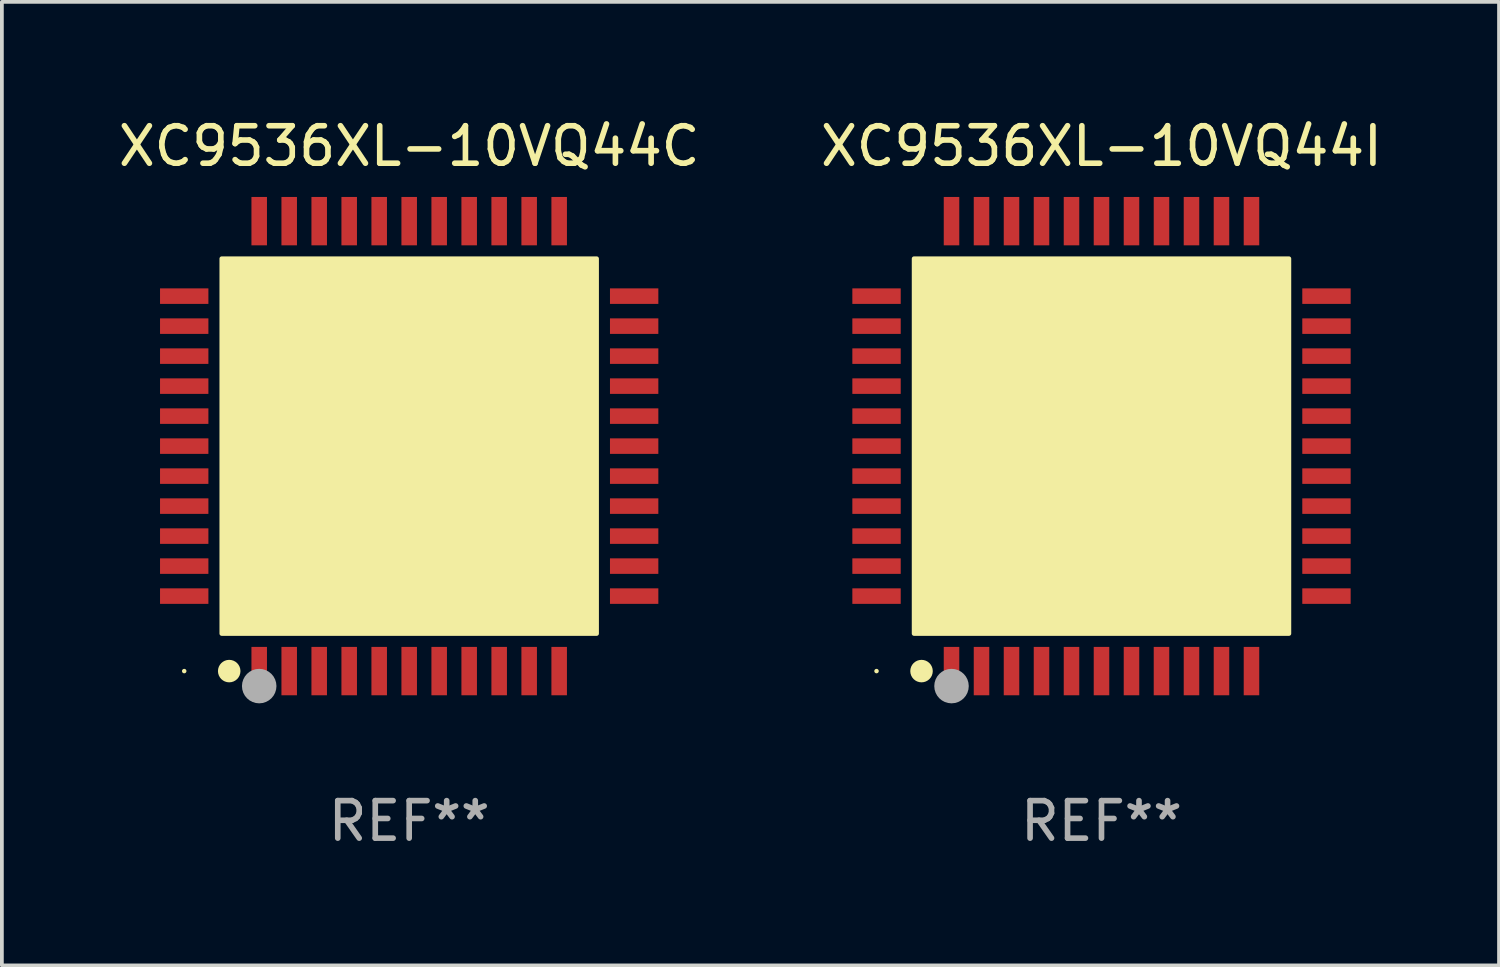
<source format=kicad_pcb>
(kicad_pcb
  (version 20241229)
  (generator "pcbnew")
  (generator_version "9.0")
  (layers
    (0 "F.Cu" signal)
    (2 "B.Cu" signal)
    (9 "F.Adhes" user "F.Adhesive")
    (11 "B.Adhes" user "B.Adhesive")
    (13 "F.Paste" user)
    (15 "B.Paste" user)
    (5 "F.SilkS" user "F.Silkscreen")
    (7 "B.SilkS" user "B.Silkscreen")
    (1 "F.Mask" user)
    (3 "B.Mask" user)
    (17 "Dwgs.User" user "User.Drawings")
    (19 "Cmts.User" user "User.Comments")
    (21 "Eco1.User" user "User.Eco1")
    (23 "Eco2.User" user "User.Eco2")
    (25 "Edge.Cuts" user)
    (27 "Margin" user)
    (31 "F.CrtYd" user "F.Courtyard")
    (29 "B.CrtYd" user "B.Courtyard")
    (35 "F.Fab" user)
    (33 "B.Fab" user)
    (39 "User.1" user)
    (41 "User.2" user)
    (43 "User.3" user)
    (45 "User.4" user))
  (footprint "XC9536XL-10VQ44I"
    (layer "F.Cu")
    (at 26.327 8.848)
    (property "Reference" "XC9536XL-10VQ44I" (at 0 -8 0) (layer "F.SilkS") (effects (font (size 1 1) (thickness 0.15))))
    (attr through_hole)
    (fp_circle (center -6 6) (end -5.97 6) (stroke (width 0.06) (type solid)) (fill no) (layer "F.SilkS"))
    (fp_circle (center -4.8 6) (end -4.65 6) (stroke (width 0.3) (type solid)) (fill no) (layer "F.SilkS"))
    (fp_poly (pts (xy -5 -5) (xy 5 -5) (xy 5 5) (xy -5 5)) (stroke (width 0.12) (type solid)) (fill yes) (layer "F.SilkS"))
    (fp_circle (center -4 6.4) (end -3.77 6.4) (stroke (width 0.46) (type solid)) (fill no) (layer "F.Fab"))
    (fp_text user "REF**" (at 0 10 0) (layer "F.Fab") (effects (font (size 1 1) (thickness 0.15))))
    (pad "1" smd rect (at -4 6 90) (size 1.29 0.414) (layers "F.Cu" "F.Mask" "F.Paste"))
    (pad "2" smd rect (at -3.2 6 90) (size 1.29 0.414) (layers "F.Cu" "F.Mask" "F.Paste"))
    (pad "3" smd rect (at -2.4 6 90) (size 1.29 0.414) (layers "F.Cu" "F.Mask" "F.Paste"))
    (pad "4" smd rect (at -1.6 6 90) (size 1.29 0.414) (layers "F.Cu" "F.Mask" "F.Paste"))
    (pad "5" smd rect (at -0.8 6 90) (size 1.29 0.414) (layers "F.Cu" "F.Mask" "F.Paste"))
    (pad "6" smd rect (at 0 6 90) (size 1.29 0.414) (layers "F.Cu" "F.Mask" "F.Paste"))
    (pad "7" smd rect (at 0.8 6 90) (size 1.29 0.414) (layers "F.Cu" "F.Mask" "F.Paste"))
    (pad "8" smd rect (at 1.6 6 90) (size 1.29 0.414) (layers "F.Cu" "F.Mask" "F.Paste"))
    (pad "9" smd rect (at 2.4 6 90) (size 1.29 0.414) (layers "F.Cu" "F.Mask" "F.Paste"))
    (pad "10" smd rect (at 3.2 6 90) (size 1.29 0.414) (layers "F.Cu" "F.Mask" "F.Paste"))
    (pad "11" smd rect (at 4 6 90) (size 1.29 0.414) (layers "F.Cu" "F.Mask" "F.Paste"))
    (pad "12" smd rect (at 6 4 90) (size 0.414 1.29) (layers "F.Cu" "F.Mask" "F.Paste"))
    (pad "13" smd rect (at 6 3.2 90) (size 0.414 1.29) (layers "F.Cu" "F.Mask" "F.Paste"))
    (pad "14" smd rect (at 6 2.4 90) (size 0.414 1.29) (layers "F.Cu" "F.Mask" "F.Paste"))
    (pad "15" smd rect (at 6 1.6 90) (size 0.414 1.29) (layers "F.Cu" "F.Mask" "F.Paste"))
    (pad "16" smd rect (at 6 0.8 90) (size 0.414 1.29) (layers "F.Cu" "F.Mask" "F.Paste"))
    (pad "17" smd rect (at 6 0 90) (size 0.414 1.29) (layers "F.Cu" "F.Mask" "F.Paste"))
    (pad "18" smd rect (at 6 -0.8 90) (size 0.414 1.29) (layers "F.Cu" "F.Mask" "F.Paste"))
    (pad "19" smd rect (at 6 -1.6 90) (size 0.414 1.29) (layers "F.Cu" "F.Mask" "F.Paste"))
    (pad "20" smd rect (at 6 -2.4 90) (size 0.414 1.29) (layers "F.Cu" "F.Mask" "F.Paste"))
    (pad "21" smd rect (at 6 -3.2 90) (size 0.414 1.29) (layers "F.Cu" "F.Mask" "F.Paste"))
    (pad "22" smd rect (at 6 -4 90) (size 0.414 1.29) (layers "F.Cu" "F.Mask" "F.Paste"))
    (pad "23" smd rect (at 4 -6 90) (size 1.29 0.414) (layers "F.Cu" "F.Mask" "F.Paste"))
    (pad "24" smd rect (at 3.2 -6 90) (size 1.29 0.414) (layers "F.Cu" "F.Mask" "F.Paste"))
    (pad "25" smd rect (at 2.4 -6 90) (size 1.29 0.414) (layers "F.Cu" "F.Mask" "F.Paste"))
    (pad "26" smd rect (at 1.6 -6 90) (size 1.29 0.414) (layers "F.Cu" "F.Mask" "F.Paste"))
    (pad "27" smd rect (at 0.8 -6 90) (size 1.29 0.414) (layers "F.Cu" "F.Mask" "F.Paste"))
    (pad "28" smd rect (at 0 -6 90) (size 1.29 0.414) (layers "F.Cu" "F.Mask" "F.Paste"))
    (pad "29" smd rect (at -0.8 -6 90) (size 1.29 0.414) (layers "F.Cu" "F.Mask" "F.Paste"))
    (pad "30" smd rect (at -1.6 -6 90) (size 1.29 0.414) (layers "F.Cu" "F.Mask" "F.Paste"))
    (pad "31" smd rect (at -2.4 -6 90) (size 1.29 0.414) (layers "F.Cu" "F.Mask" "F.Paste"))
    (pad "32" smd rect (at -3.2 -6 90) (size 1.29 0.414) (layers "F.Cu" "F.Mask" "F.Paste"))
    (pad "33" smd rect (at -4 -6 90) (size 1.29 0.414) (layers "F.Cu" "F.Mask" "F.Paste"))
    (pad "34" smd rect (at -6 -4 180) (size 1.29 0.414) (layers "F.Cu" "F.Mask" "F.Paste"))
    (pad "35" smd rect (at -6 -3.2 180) (size 1.29 0.414) (layers "F.Cu" "F.Mask" "F.Paste"))
    (pad "36" smd rect (at -6 -2.4 180) (size 1.29 0.414) (layers "F.Cu" "F.Mask" "F.Paste"))
    (pad "37" smd rect (at -6 -1.6 180) (size 1.29 0.414) (layers "F.Cu" "F.Mask" "F.Paste"))
    (pad "38" smd rect (at -6 -0.8 180) (size 1.29 0.414) (layers "F.Cu" "F.Mask" "F.Paste"))
    (pad "39" smd rect (at -6 0 180) (size 1.29 0.414) (layers "F.Cu" "F.Mask" "F.Paste"))
    (pad "40" smd rect (at -6 0.8 180) (size 1.29 0.414) (layers "F.Cu" "F.Mask" "F.Paste"))
    (pad "41" smd rect (at -6 1.6 180) (size 1.29 0.414) (layers "F.Cu" "F.Mask" "F.Paste"))
    (pad "42" smd rect (at -6 2.4 180) (size 1.29 0.414) (layers "F.Cu" "F.Mask" "F.Paste"))
    (pad "43" smd rect (at -6 3.2 180) (size 1.29 0.414) (layers "F.Cu" "F.Mask" "F.Paste"))
    (pad "44" smd rect (at -6 4 180) (size 1.29 0.414) (layers "F.Cu" "F.Mask" "F.Paste")))
  (footprint "XC9536XL-10VQ44C"
    (layer "F.Cu")
    (at 7.863 8.848)
    (property "Reference" "XC9536XL-10VQ44C" (at 0 -8 0) (layer "F.SilkS") (effects (font (size 1 1) (thickness 0.15))))
    (attr through_hole)
    (fp_circle (center -6 6) (end -5.97 6) (stroke (width 0.06) (type solid)) (fill no) (layer "F.SilkS"))
    (fp_circle (center -4.8 6) (end -4.65 6) (stroke (width 0.3) (type solid)) (fill no) (layer "F.SilkS"))
    (fp_poly (pts (xy -5 -5) (xy 5 -5) (xy 5 5) (xy -5 5)) (stroke (width 0.12) (type solid)) (fill yes) (layer "F.SilkS"))
    (fp_circle (center -4 6.4) (end -3.77 6.4) (stroke (width 0.46) (type solid)) (fill no) (layer "F.Fab"))
    (fp_text user "REF**" (at 0 10 0) (layer "F.Fab") (effects (font (size 1 1) (thickness 0.15))))
    (pad "1" smd rect (at -4 6 90) (size 1.29 0.414) (layers "F.Cu" "F.Mask" "F.Paste"))
    (pad "2" smd rect (at -3.2 6 90) (size 1.29 0.414) (layers "F.Cu" "F.Mask" "F.Paste"))
    (pad "3" smd rect (at -2.4 6 90) (size 1.29 0.414) (layers "F.Cu" "F.Mask" "F.Paste"))
    (pad "4" smd rect (at -1.6 6 90) (size 1.29 0.414) (layers "F.Cu" "F.Mask" "F.Paste"))
    (pad "5" smd rect (at -0.8 6 90) (size 1.29 0.414) (layers "F.Cu" "F.Mask" "F.Paste"))
    (pad "6" smd rect (at 0 6 90) (size 1.29 0.414) (layers "F.Cu" "F.Mask" "F.Paste"))
    (pad "7" smd rect (at 0.8 6 90) (size 1.29 0.414) (layers "F.Cu" "F.Mask" "F.Paste"))
    (pad "8" smd rect (at 1.6 6 90) (size 1.29 0.414) (layers "F.Cu" "F.Mask" "F.Paste"))
    (pad "9" smd rect (at 2.4 6 90) (size 1.29 0.414) (layers "F.Cu" "F.Mask" "F.Paste"))
    (pad "10" smd rect (at 3.2 6 90) (size 1.29 0.414) (layers "F.Cu" "F.Mask" "F.Paste"))
    (pad "11" smd rect (at 4 6 90) (size 1.29 0.414) (layers "F.Cu" "F.Mask" "F.Paste"))
    (pad "12" smd rect (at 6 4 90) (size 0.414 1.29) (layers "F.Cu" "F.Mask" "F.Paste"))
    (pad "13" smd rect (at 6 3.2 90) (size 0.414 1.29) (layers "F.Cu" "F.Mask" "F.Paste"))
    (pad "14" smd rect (at 6 2.4 90) (size 0.414 1.29) (layers "F.Cu" "F.Mask" "F.Paste"))
    (pad "15" smd rect (at 6 1.6 90) (size 0.414 1.29) (layers "F.Cu" "F.Mask" "F.Paste"))
    (pad "16" smd rect (at 6 0.8 90) (size 0.414 1.29) (layers "F.Cu" "F.Mask" "F.Paste"))
    (pad "17" smd rect (at 6 0 90) (size 0.414 1.29) (layers "F.Cu" "F.Mask" "F.Paste"))
    (pad "18" smd rect (at 6 -0.8 90) (size 0.414 1.29) (layers "F.Cu" "F.Mask" "F.Paste"))
    (pad "19" smd rect (at 6 -1.6 90) (size 0.414 1.29) (layers "F.Cu" "F.Mask" "F.Paste"))
    (pad "20" smd rect (at 6 -2.4 90) (size 0.414 1.29) (layers "F.Cu" "F.Mask" "F.Paste"))
    (pad "21" smd rect (at 6 -3.2 90) (size 0.414 1.29) (layers "F.Cu" "F.Mask" "F.Paste"))
    (pad "22" smd rect (at 6 -4 90) (size 0.414 1.29) (layers "F.Cu" "F.Mask" "F.Paste"))
    (pad "23" smd rect (at 4 -6 90) (size 1.29 0.414) (layers "F.Cu" "F.Mask" "F.Paste"))
    (pad "24" smd rect (at 3.2 -6 90) (size 1.29 0.414) (layers "F.Cu" "F.Mask" "F.Paste"))
    (pad "25" smd rect (at 2.4 -6 90) (size 1.29 0.414) (layers "F.Cu" "F.Mask" "F.Paste"))
    (pad "26" smd rect (at 1.6 -6 90) (size 1.29 0.414) (layers "F.Cu" "F.Mask" "F.Paste"))
    (pad "27" smd rect (at 0.8 -6 90) (size 1.29 0.414) (layers "F.Cu" "F.Mask" "F.Paste"))
    (pad "28" smd rect (at 0 -6 90) (size 1.29 0.414) (layers "F.Cu" "F.Mask" "F.Paste"))
    (pad "29" smd rect (at -0.8 -6 90) (size 1.29 0.414) (layers "F.Cu" "F.Mask" "F.Paste"))
    (pad "30" smd rect (at -1.6 -6 90) (size 1.29 0.414) (layers "F.Cu" "F.Mask" "F.Paste"))
    (pad "31" smd rect (at -2.4 -6 90) (size 1.29 0.414) (layers "F.Cu" "F.Mask" "F.Paste"))
    (pad "32" smd rect (at -3.2 -6 90) (size 1.29 0.414) (layers "F.Cu" "F.Mask" "F.Paste"))
    (pad "33" smd rect (at -4 -6 90) (size 1.29 0.414) (layers "F.Cu" "F.Mask" "F.Paste"))
    (pad "34" smd rect (at -6 -4 180) (size 1.29 0.414) (layers "F.Cu" "F.Mask" "F.Paste"))
    (pad "35" smd rect (at -6 -3.2 180) (size 1.29 0.414) (layers "F.Cu" "F.Mask" "F.Paste"))
    (pad "36" smd rect (at -6 -2.4 180) (size 1.29 0.414) (layers "F.Cu" "F.Mask" "F.Paste"))
    (pad "37" smd rect (at -6 -1.6 180) (size 1.29 0.414) (layers "F.Cu" "F.Mask" "F.Paste"))
    (pad "38" smd rect (at -6 -0.8 180) (size 1.29 0.414) (layers "F.Cu" "F.Mask" "F.Paste"))
    (pad "39" smd rect (at -6 0 180) (size 1.29 0.414) (layers "F.Cu" "F.Mask" "F.Paste"))
    (pad "40" smd rect (at -6 0.8 180) (size 1.29 0.414) (layers "F.Cu" "F.Mask" "F.Paste"))
    (pad "41" smd rect (at -6 1.6 180) (size 1.29 0.414) (layers "F.Cu" "F.Mask" "F.Paste"))
    (pad "42" smd rect (at -6 2.4 180) (size 1.29 0.414) (layers "F.Cu" "F.Mask" "F.Paste"))
    (pad "43" smd rect (at -6 3.2 180) (size 1.29 0.414) (layers "F.Cu" "F.Mask" "F.Paste"))
    (pad "44" smd rect (at -6 4 180) (size 1.29 0.414) (layers "F.Cu" "F.Mask" "F.Paste")))
  (gr_rect
    (start -3 -3)
    (end 36.929 22.697)
    (stroke (width 0.1) (type default))
    (fill no)
    (layer "Edge.Cuts")))
</source>
